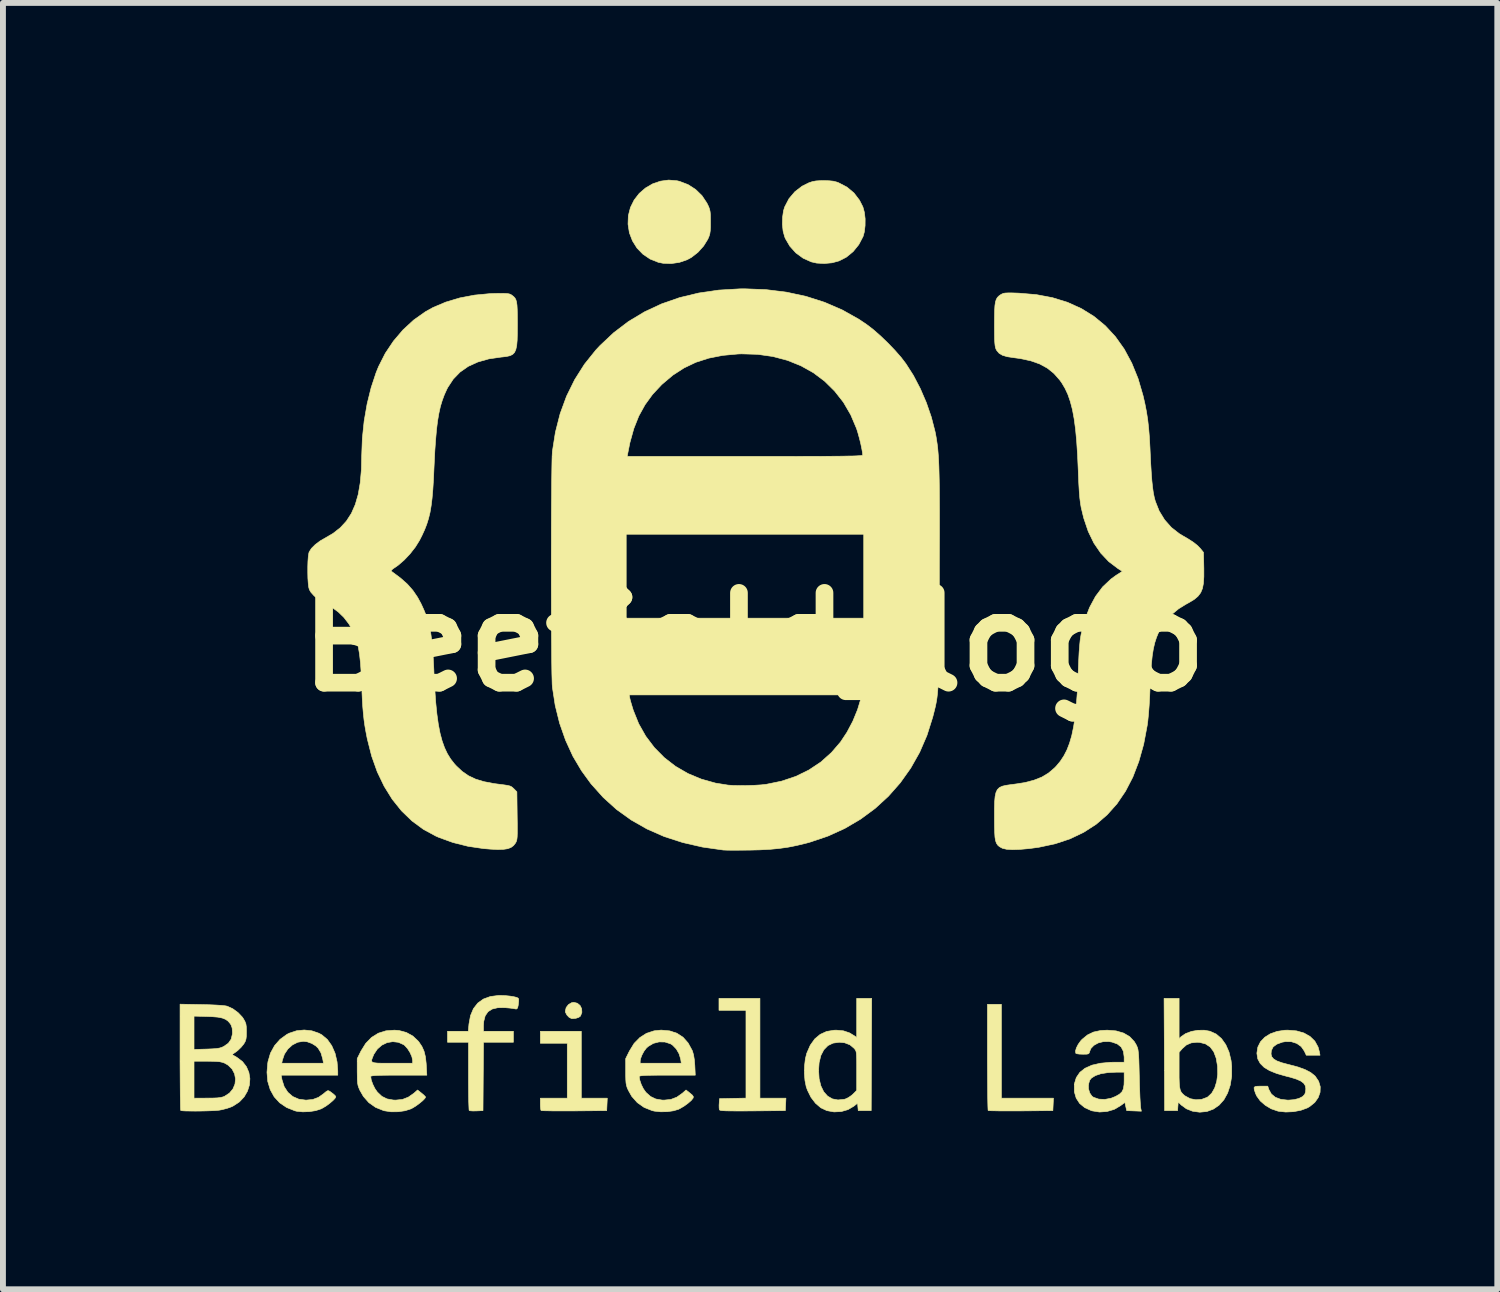
<source format=kicad_pcb>
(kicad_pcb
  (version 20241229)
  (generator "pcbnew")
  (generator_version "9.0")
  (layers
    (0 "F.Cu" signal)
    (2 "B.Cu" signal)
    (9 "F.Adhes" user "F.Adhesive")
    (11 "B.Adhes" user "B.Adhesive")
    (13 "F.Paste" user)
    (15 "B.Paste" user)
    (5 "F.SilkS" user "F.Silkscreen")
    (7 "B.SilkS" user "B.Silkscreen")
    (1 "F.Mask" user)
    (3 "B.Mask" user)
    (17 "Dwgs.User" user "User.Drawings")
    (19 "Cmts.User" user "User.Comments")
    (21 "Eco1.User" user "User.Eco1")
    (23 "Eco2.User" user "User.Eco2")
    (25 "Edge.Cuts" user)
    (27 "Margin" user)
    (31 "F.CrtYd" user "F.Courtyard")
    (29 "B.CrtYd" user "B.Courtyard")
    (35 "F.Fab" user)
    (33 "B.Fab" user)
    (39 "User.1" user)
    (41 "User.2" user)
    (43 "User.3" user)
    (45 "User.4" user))
  (footprint "Beefield_logo"
    (layer "F.Cu")
    (at 9.742 7.844)
    (property "Reference" "Beefield_logo" (at 0 0 0) (layer "F.SilkS") (effects (font (size 1.524 1.524) (thickness 0.3))))
    (attr through_hole)
    (fp_poly (pts (xy -2.996 6.128) (xy -2.95 6.166) (xy -2.923 6.221) (xy -2.919 6.283) (xy -2.942 6.344) (xy -2.943 6.346) (xy -2.973 6.368) (xy -3.022 6.384) (xy -3.075 6.389) (xy -3.094 6.388) (xy -3.135 6.368) (xy -3.173 6.328) (xy -3.197 6.283) (xy -3.2 6.264) (xy -3.186 6.202) (xy -3.147 6.151) (xy -3.093 6.119) (xy -3.056 6.113) (xy -2.996 6.128)) (stroke (width 0.01) (type solid)) (fill yes) (layer "F.SilkS"))
    (fp_poly (pts (xy -2.929 7.739) (xy -2.488 7.739) (xy -2.493 7.844) (xy -2.498 7.95) (xy -3.049 7.955) (xy -3.183 7.955) (xy -3.305 7.955) (xy -3.413 7.955) (xy -3.501 7.953) (xy -3.566 7.952) (xy -3.604 7.949) (xy -3.612 7.948) (xy -3.618 7.926) (xy -3.623 7.881) (xy -3.624 7.837) (xy -3.624 7.739) (xy -3.167 7.739) (xy -3.167 6.807) (xy -3.624 6.807) (xy -3.624 6.604) (xy -2.929 6.604) (xy -2.929 7.739)) (stroke (width 0.01) (type solid)) (fill yes) (layer "F.SilkS"))
    (fp_poly (pts (xy 0.102 7.739) (xy 0.543 7.739) (xy 0.538 7.844) (xy 0.533 7.95) (xy -0.022 7.955) (xy -0.177 7.956) (xy -0.302 7.956) (xy -0.399 7.955) (xy -0.472 7.954) (xy -0.524 7.951) (xy -0.558 7.948) (xy -0.578 7.942) (xy -0.585 7.936) (xy -0.586 7.936) (xy -0.59 7.906) (xy -0.591 7.856) (xy -0.589 7.83) (xy -0.584 7.747) (xy -0.135 7.738) (xy -0.135 6.248) (xy -0.593 6.248) (xy -0.593 6.045) (xy 0.102 6.045) (xy 0.102 7.739)) (stroke (width 0.01) (type solid)) (fill yes) (layer "F.SilkS"))
    (fp_poly (pts (xy 4.199 7.739) (xy 5.082 7.739) (xy 5.077 7.844) (xy 5.072 7.95) (xy 4.528 7.955) (xy 4.396 7.955) (xy 4.275 7.955) (xy 4.168 7.955) (xy 4.081 7.953) (xy 4.017 7.952) (xy 3.981 7.949) (xy 3.974 7.948) (xy 3.972 7.929) (xy 3.97 7.88) (xy 3.968 7.803) (xy 3.966 7.702) (xy 3.965 7.579) (xy 3.964 7.439) (xy 3.963 7.283) (xy 3.962 7.117) (xy 3.962 7.041) (xy 3.962 6.147) (xy 4.199 6.147) (xy 4.199 7.739)) (stroke (width 0.01) (type solid)) (fill yes) (layer "F.SilkS"))
    (fp_poly (pts (xy 1.276 -7.827) (xy 1.346 -7.82) (xy 1.405 -7.805) (xy 1.439 -7.792) (xy 1.579 -7.719) (xy 1.697 -7.62) (xy 1.791 -7.497) (xy 1.849 -7.383) (xy 1.874 -7.291) (xy 1.887 -7.181) (xy 1.886 -7.066) (xy 1.873 -6.958) (xy 1.852 -6.882) (xy 1.779 -6.743) (xy 1.683 -6.625) (xy 1.567 -6.53) (xy 1.444 -6.467) (xy 1.325 -6.435) (xy 1.194 -6.423) (xy 1.066 -6.43) (xy 0.973 -6.451) (xy 0.835 -6.513) (xy 0.712 -6.603) (xy 0.61 -6.716) (xy 0.534 -6.846) (xy 0.522 -6.875) (xy 0.495 -6.973) (xy 0.483 -7.088) (xy 0.486 -7.207) (xy 0.502 -7.318) (xy 0.522 -7.383) (xy 0.595 -7.523) (xy 0.695 -7.641) (xy 0.817 -7.735) (xy 0.931 -7.792) (xy 0.99 -7.812) (xy 1.052 -7.824) (xy 1.13 -7.829) (xy 1.185 -7.83) (xy 1.276 -7.827)) (stroke (width 0.01) (type solid)) (fill yes) (layer "F.SilkS"))
    (fp_poly (pts (xy -1.304 -7.827) (xy -1.262 -7.817) (xy -1.118 -7.762) (xy -0.99 -7.68) (xy -0.882 -7.575) (xy -0.799 -7.45) (xy -0.791 -7.435) (xy -0.767 -7.385) (xy -0.752 -7.343) (xy -0.743 -7.3) (xy -0.738 -7.247) (xy -0.737 -7.174) (xy -0.737 -7.129) (xy -0.737 -7.041) (xy -0.741 -6.978) (xy -0.748 -6.93) (xy -0.76 -6.888) (xy -0.779 -6.843) (xy -0.782 -6.836) (xy -0.854 -6.72) (xy -0.95 -6.613) (xy -1.062 -6.526) (xy -1.136 -6.486) (xy -1.265 -6.442) (xy -1.404 -6.422) (xy -1.541 -6.427) (xy -1.622 -6.443) (xy -1.762 -6.499) (xy -1.883 -6.581) (xy -1.984 -6.685) (xy -2.061 -6.808) (xy -2.113 -6.944) (xy -2.136 -7.091) (xy -2.131 -7.234) (xy -2.095 -7.374) (xy -2.032 -7.501) (xy -1.946 -7.612) (xy -1.84 -7.704) (xy -1.718 -7.775) (xy -1.586 -7.82) (xy -1.447 -7.839) (xy -1.304 -7.827)) (stroke (width 0.01) (type solid)) (fill yes) (layer "F.SilkS"))
    (fp_poly (pts (xy -4.218 5.999) (xy -4.139 6.007) (xy -4.077 6.017) (xy -4.072 6.018) (xy -4.023 6.03) (xy -3.998 6.044) (xy -3.991 6.066) (xy -3.992 6.096) (xy -4 6.166) (xy -4.01 6.207) (xy -4.025 6.225) (xy -4.047 6.225) (xy -4.052 6.224) (xy -4.086 6.217) (xy -4.143 6.21) (xy -4.212 6.204) (xy -4.226 6.203) (xy -4.347 6.204) (xy -4.442 6.227) (xy -4.512 6.272) (xy -4.56 6.342) (xy -4.584 6.435) (xy -4.589 6.507) (xy -4.589 6.604) (xy -4.081 6.604) (xy -4.081 6.79) (xy -4.588 6.79) (xy -4.593 7.37) (xy -4.597 7.95) (xy -4.708 7.955) (xy -4.767 7.956) (xy -4.811 7.953) (xy -4.831 7.948) (xy -4.834 7.929) (xy -4.836 7.88) (xy -4.839 7.805) (xy -4.841 7.708) (xy -4.842 7.594) (xy -4.843 7.465) (xy -4.843 7.363) (xy -4.843 6.79) (xy -5.199 6.79) (xy -5.199 6.604) (xy -4.846 6.604) (xy -4.835 6.481) (xy -4.809 6.339) (xy -4.759 6.22) (xy -4.686 6.126) (xy -4.59 6.057) (xy -4.472 6.014) (xy -4.332 5.996) (xy -4.297 5.996) (xy -4.218 5.999)) (stroke (width 0.01) (type solid)) (fill yes) (layer "F.SilkS"))
    (fp_poly (pts (xy 7.214 6.728) (xy 7.252 6.692) (xy 7.327 6.642) (xy 7.424 6.606) (xy 7.532 6.587) (xy 7.642 6.586) (xy 7.737 6.603) (xy 7.843 6.651) (xy 7.933 6.728) (xy 8.006 6.831) (xy 8.061 6.956) (xy 8.096 7.102) (xy 8.106 7.197) (xy 8.106 7.365) (xy 8.082 7.517) (xy 8.037 7.652) (xy 7.974 7.766) (xy 7.893 7.857) (xy 7.796 7.924) (xy 7.686 7.965) (xy 7.564 7.977) (xy 7.442 7.96) (xy 7.338 7.919) (xy 7.249 7.854) (xy 7.244 7.849) (xy 7.199 7.804) (xy 7.188 7.95) (xy 6.968 7.95) (xy 6.964 6.961) (xy 7.214 6.961) (xy 7.214 7.269) (xy 7.214 7.388) (xy 7.217 7.479) (xy 7.222 7.546) (xy 7.232 7.595) (xy 7.247 7.632) (xy 7.27 7.661) (xy 7.3 7.689) (xy 7.316 7.701) (xy 7.401 7.747) (xy 7.498 7.766) (xy 7.597 7.759) (xy 7.688 7.725) (xy 7.704 7.715) (xy 7.768 7.654) (xy 7.818 7.566) (xy 7.852 7.457) (xy 7.869 7.333) (xy 7.866 7.197) (xy 7.866 7.197) (xy 7.843 7.06) (xy 7.802 6.951) (xy 7.741 6.87) (xy 7.662 6.818) (xy 7.564 6.793) (xy 7.518 6.79) (xy 7.419 6.801) (xy 7.338 6.836) (xy 7.268 6.898) (xy 7.214 6.961) (xy 6.964 6.961) (xy 6.959 6.045) (xy 7.214 6.045) (xy 7.214 6.728)) (stroke (width 0.01) (type solid)) (fill yes) (layer "F.SilkS"))
    (fp_poly (pts (xy 1.994 6.998) (xy 1.99 7.95) (xy 1.77 7.95) (xy 1.764 7.887) (xy 1.759 7.823) (xy 1.695 7.875) (xy 1.596 7.933) (xy 1.482 7.966) (xy 1.359 7.972) (xy 1.236 7.95) (xy 1.235 7.949) (xy 1.135 7.902) (xy 1.045 7.825) (xy 0.968 7.724) (xy 0.908 7.603) (xy 0.887 7.544) (xy 0.866 7.439) (xy 0.856 7.317) (xy 0.857 7.264) (xy 1.097 7.264) (xy 1.106 7.409) (xy 1.136 7.531) (xy 1.184 7.63) (xy 1.25 7.704) (xy 1.331 7.751) (xy 1.426 7.769) (xy 1.533 7.758) (xy 1.549 7.754) (xy 1.603 7.729) (xy 1.659 7.69) (xy 1.68 7.671) (xy 1.744 7.607) (xy 1.744 7.276) (xy 1.744 7.162) (xy 1.743 7.078) (xy 1.741 7.016) (xy 1.738 6.974) (xy 1.732 6.944) (xy 1.723 6.924) (xy 1.711 6.906) (xy 1.702 6.895) (xy 1.63 6.834) (xy 1.539 6.799) (xy 1.448 6.79) (xy 1.342 6.805) (xy 1.255 6.847) (xy 1.186 6.918) (xy 1.136 7.014) (xy 1.106 7.136) (xy 1.097 7.264) (xy 0.857 7.264) (xy 0.859 7.19) (xy 0.873 7.07) (xy 0.896 6.978) (xy 0.956 6.841) (xy 1.032 6.734) (xy 1.124 6.657) (xy 1.233 6.607) (xy 1.36 6.586) (xy 1.398 6.585) (xy 1.518 6.596) (xy 1.622 6.631) (xy 1.706 6.682) (xy 1.744 6.71) (xy 1.744 6.045) (xy 1.998 6.045) (xy 1.994 6.998)) (stroke (width 0.01) (type solid)) (fill yes) (layer "F.SilkS"))
    (fp_poly (pts (xy -7.501 6.596) (xy -7.382 6.637) (xy -7.332 6.664) (xy -7.238 6.743) (xy -7.163 6.849) (xy -7.107 6.977) (xy -7.073 7.123) (xy -7.061 7.277) (xy -7.061 7.349) (xy -8.022 7.349) (xy -8.007 7.428) (xy -7.97 7.544) (xy -7.908 7.639) (xy -7.825 7.711) (xy -7.722 7.756) (xy -7.603 7.772) (xy -7.598 7.772) (xy -7.485 7.761) (xy -7.388 7.725) (xy -7.305 7.666) (xy -7.262 7.63) (xy -7.235 7.613) (xy -7.215 7.613) (xy -7.192 7.626) (xy -7.137 7.667) (xy -7.106 7.695) (xy -7.095 7.715) (xy -7.095 7.717) (xy -7.108 7.742) (xy -7.143 7.779) (xy -7.193 7.822) (xy -7.25 7.865) (xy -7.308 7.901) (xy -7.343 7.92) (xy -7.435 7.95) (xy -7.543 7.967) (xy -7.656 7.971) (xy -7.757 7.961) (xy -7.789 7.953) (xy -7.929 7.897) (xy -8.047 7.817) (xy -8.14 7.715) (xy -8.207 7.594) (xy -8.249 7.455) (xy -8.262 7.3) (xy -8.249 7.146) (xy -8.012 7.146) (xy -7.303 7.146) (xy -7.317 7.07) (xy -7.346 6.97) (xy -7.393 6.892) (xy -7.434 6.852) (xy -7.5 6.811) (xy -7.58 6.782) (xy -7.645 6.774) (xy -7.741 6.79) (xy -7.83 6.835) (xy -7.907 6.904) (xy -7.966 6.992) (xy -8 7.091) (xy -8.012 7.146) (xy -8.249 7.146) (xy -8.247 7.133) (xy -8.245 7.119) (xy -8.203 6.975) (xy -8.133 6.847) (xy -8.039 6.74) (xy -7.923 6.656) (xy -7.883 6.636) (xy -7.76 6.595) (xy -7.63 6.582) (xy -7.501 6.596)) (stroke (width 0.01) (type solid)) (fill yes) (layer "F.SilkS"))
    (fp_poly (pts (xy -1.43 6.597) (xy -1.306 6.638) (xy -1.202 6.706) (xy -1.117 6.802) (xy -1.049 6.926) (xy -1.042 6.943) (xy -1.024 7.006) (xy -1.01 7.094) (xy -1.003 7.184) (xy -0.995 7.349) (xy -1.471 7.349) (xy -1.615 7.349) (xy -1.728 7.35) (xy -1.814 7.352) (xy -1.876 7.355) (xy -1.916 7.359) (xy -1.939 7.364) (xy -1.947 7.37) (xy -1.947 7.371) (xy -1.937 7.432) (xy -1.912 7.506) (xy -1.876 7.579) (xy -1.835 7.637) (xy -1.832 7.641) (xy -1.753 7.711) (xy -1.665 7.753) (xy -1.559 7.771) (xy -1.524 7.772) (xy -1.408 7.76) (xy -1.307 7.721) (xy -1.214 7.655) (xy -1.152 7.6) (xy -1.084 7.654) (xy -1.044 7.688) (xy -1.028 7.713) (xy -1.031 7.735) (xy -1.033 7.739) (xy -1.064 7.778) (xy -1.117 7.824) (xy -1.181 7.871) (xy -1.248 7.911) (xy -1.278 7.927) (xy -1.365 7.953) (xy -1.471 7.968) (xy -1.583 7.97) (xy -1.687 7.959) (xy -1.727 7.95) (xy -1.864 7.895) (xy -1.979 7.814) (xy -2.073 7.708) (xy -2.131 7.605) (xy -2.15 7.563) (xy -2.162 7.524) (xy -2.17 7.482) (xy -2.174 7.426) (xy -2.176 7.35) (xy -2.176 7.289) (xy -2.176 7.146) (xy -1.93 7.146) (xy -1.232 7.146) (xy -1.243 7.074) (xy -1.27 6.986) (xy -1.317 6.904) (xy -1.379 6.84) (xy -1.414 6.817) (xy -1.509 6.786) (xy -1.609 6.784) (xy -1.707 6.809) (xy -1.794 6.861) (xy -1.825 6.889) (xy -1.865 6.942) (xy -1.9 7.007) (xy -1.924 7.07) (xy -1.93 7.108) (xy -1.93 7.146) (xy -2.176 7.146) (xy -2.176 7.068) (xy -2.112 6.939) (xy -2.033 6.81) (xy -1.935 6.71) (xy -1.822 6.638) (xy -1.693 6.596) (xy -1.574 6.584) (xy -1.43 6.597)) (stroke (width 0.01) (type solid)) (fill yes) (layer "F.SilkS"))
    (fp_poly (pts (xy 9.206 6.597) (xy 9.332 6.633) (xy 9.436 6.692) (xy 9.517 6.771) (xy 9.572 6.871) (xy 9.593 6.948) (xy 9.605 7.01) (xy 9.372 7.01) (xy 9.338 6.938) (xy 9.286 6.863) (xy 9.211 6.81) (xy 9.12 6.781) (xy 9.019 6.779) (xy 8.963 6.789) (xy 8.871 6.823) (xy 8.81 6.869) (xy 8.78 6.929) (xy 8.779 6.933) (xy 8.774 6.99) (xy 8.786 7.036) (xy 8.818 7.074) (xy 8.873 7.107) (xy 8.955 7.137) (xy 9.067 7.167) (xy 9.084 7.171) (xy 9.234 7.211) (xy 9.354 7.255) (xy 9.446 7.303) (xy 9.514 7.357) (xy 9.524 7.367) (xy 9.582 7.453) (xy 9.609 7.545) (xy 9.606 7.639) (xy 9.574 7.729) (xy 9.516 7.811) (xy 9.431 7.88) (xy 9.39 7.904) (xy 9.281 7.944) (xy 9.155 7.968) (xy 9.024 7.974) (xy 8.902 7.961) (xy 8.886 7.957) (xy 8.776 7.919) (xy 8.676 7.859) (xy 8.591 7.785) (xy 8.53 7.701) (xy 8.51 7.656) (xy 8.49 7.596) (xy 8.486 7.56) (xy 8.503 7.542) (xy 8.545 7.536) (xy 8.601 7.535) (xy 8.718 7.535) (xy 8.737 7.592) (xy 8.779 7.668) (xy 8.847 7.724) (xy 8.94 7.759) (xy 9.056 7.772) (xy 9.071 7.772) (xy 9.166 7.764) (xy 9.248 7.743) (xy 9.311 7.711) (xy 9.346 7.673) (xy 9.359 7.633) (xy 9.364 7.581) (xy 9.364 7.579) (xy 9.356 7.529) (xy 9.329 7.486) (xy 9.28 7.449) (xy 9.206 7.416) (xy 9.103 7.384) (xy 9.035 7.367) (xy 8.878 7.323) (xy 8.752 7.273) (xy 8.657 7.216) (xy 8.59 7.149) (xy 8.549 7.073) (xy 8.535 6.985) (xy 8.534 6.974) (xy 8.55 6.872) (xy 8.595 6.782) (xy 8.667 6.706) (xy 8.761 6.647) (xy 8.876 6.606) (xy 9.008 6.586) (xy 9.059 6.585) (xy 9.206 6.597)) (stroke (width 0.01) (type solid)) (fill yes) (layer "F.SilkS"))
    (fp_poly (pts (xy -6.021 6.591) (xy -5.898 6.624) (xy -5.787 6.685) (xy -5.696 6.771) (xy -5.686 6.783) (xy -5.633 6.862) (xy -5.597 6.943) (xy -5.574 7.036) (xy -5.561 7.15) (xy -5.559 7.184) (xy -5.55 7.349) (xy -6.026 7.349) (xy -6.17 7.349) (xy -6.283 7.35) (xy -6.369 7.352) (xy -6.431 7.355) (xy -6.471 7.359) (xy -6.494 7.364) (xy -6.502 7.37) (xy -6.502 7.371) (xy -6.493 7.431) (xy -6.467 7.503) (xy -6.431 7.576) (xy -6.39 7.635) (xy -6.389 7.636) (xy -6.313 7.708) (xy -6.226 7.751) (xy -6.122 7.77) (xy -6.079 7.772) (xy -5.963 7.76) (xy -5.863 7.721) (xy -5.769 7.655) (xy -5.707 7.6) (xy -5.639 7.654) (xy -5.6 7.687) (xy -5.576 7.712) (xy -5.571 7.721) (xy -5.584 7.744) (xy -5.619 7.78) (xy -5.668 7.821) (xy -5.724 7.863) (xy -5.78 7.899) (xy -5.819 7.92) (xy -5.919 7.952) (xy -6.036 7.969) (xy -6.157 7.97) (xy -6.269 7.953) (xy -6.282 7.95) (xy -6.419 7.895) (xy -6.534 7.814) (xy -6.627 7.708) (xy -6.686 7.605) (xy -6.704 7.563) (xy -6.717 7.524) (xy -6.725 7.48) (xy -6.729 7.424) (xy -6.73 7.346) (xy -6.731 7.289) (xy -6.731 7.111) (xy -6.487 7.111) (xy -6.473 7.128) (xy -6.442 7.138) (xy -6.389 7.144) (xy -6.311 7.146) (xy -6.205 7.146) (xy -6.138 7.146) (xy -5.791 7.146) (xy -5.791 7.098) (xy -5.803 7.037) (xy -5.834 6.966) (xy -5.877 6.898) (xy -5.925 6.845) (xy -5.941 6.832) (xy -6.032 6.791) (xy -6.128 6.78) (xy -6.224 6.796) (xy -6.313 6.839) (xy -6.389 6.905) (xy -6.448 6.993) (xy -6.454 7.007) (xy -6.473 7.053) (xy -6.485 7.087) (xy -6.487 7.111) (xy -6.731 7.111) (xy -6.731 7.068) (xy -6.667 6.939) (xy -6.587 6.81) (xy -6.489 6.709) (xy -6.374 6.637) (xy -6.244 6.596) (xy -6.1 6.585) (xy -6.021 6.591)) (stroke (width 0.01) (type solid)) (fill yes) (layer "F.SilkS"))
    (fp_poly (pts (xy 6.144 6.597) (xy 6.271 6.634) (xy 6.374 6.694) (xy 6.454 6.779) (xy 6.489 6.838) (xy 6.5 6.863) (xy 6.51 6.889) (xy 6.517 6.92) (xy 6.522 6.96) (xy 6.527 7.014) (xy 6.531 7.087) (xy 6.534 7.182) (xy 6.537 7.304) (xy 6.539 7.383) (xy 6.542 7.508) (xy 6.546 7.625) (xy 6.55 7.728) (xy 6.555 7.812) (xy 6.559 7.872) (xy 6.562 7.904) (xy 6.562 7.904) (xy 6.574 7.96) (xy 6.449 7.955) (xy 6.325 7.95) (xy 6.309 7.88) (xy 6.294 7.811) (xy 6.219 7.867) (xy 6.113 7.929) (xy 5.991 7.965) (xy 5.863 7.974) (xy 5.738 7.954) (xy 5.727 7.951) (xy 5.614 7.9) (xy 5.527 7.829) (xy 5.468 7.738) (xy 5.437 7.632) (xy 5.436 7.511) (xy 5.437 7.506) (xy 5.676 7.506) (xy 5.677 7.581) (xy 5.698 7.651) (xy 5.736 7.706) (xy 5.762 7.724) (xy 5.851 7.755) (xy 5.954 7.76) (xy 6.06 7.74) (xy 6.132 7.711) (xy 6.2 7.673) (xy 6.244 7.632) (xy 6.269 7.58) (xy 6.28 7.509) (xy 6.282 7.44) (xy 6.282 7.298) (xy 6.149 7.298) (xy 6.006 7.305) (xy 5.886 7.324) (xy 5.792 7.356) (xy 5.726 7.398) (xy 5.697 7.435) (xy 5.676 7.506) (xy 5.437 7.506) (xy 5.438 7.494) (xy 5.47 7.389) (xy 5.53 7.301) (xy 5.618 7.231) (xy 5.735 7.179) (xy 5.879 7.146) (xy 6.05 7.13) (xy 6.109 7.129) (xy 6.282 7.129) (xy 6.282 7.04) (xy 6.269 6.945) (xy 6.231 6.871) (xy 6.166 6.819) (xy 6.075 6.787) (xy 6.02 6.778) (xy 5.927 6.78) (xy 5.841 6.802) (xy 5.769 6.842) (xy 5.718 6.895) (xy 5.698 6.943) (xy 5.69 6.97) (xy 5.677 6.985) (xy 5.649 6.992) (xy 5.599 6.993) (xy 5.579 6.993) (xy 5.522 6.991) (xy 5.479 6.985) (xy 5.461 6.977) (xy 5.456 6.94) (xy 5.471 6.887) (xy 5.502 6.826) (xy 5.545 6.766) (xy 5.569 6.74) (xy 5.66 6.666) (xy 5.762 6.617) (xy 5.882 6.591) (xy 5.994 6.585) (xy 6.144 6.597)) (stroke (width 0.01) (type solid)) (fill yes) (layer "F.SilkS"))
    (fp_poly (pts (xy -9.368 6.151) (xy -9.238 6.154) (xy -9.125 6.159) (xy -9.034 6.165) (xy -8.969 6.172) (xy -8.938 6.178) (xy -8.842 6.222) (xy -8.752 6.288) (xy -8.68 6.364) (xy -8.662 6.391) (xy -8.636 6.437) (xy -8.62 6.478) (xy -8.613 6.526) (xy -8.611 6.592) (xy -8.611 6.612) (xy -8.612 6.685) (xy -8.618 6.735) (xy -8.63 6.774) (xy -8.652 6.813) (xy -8.658 6.822) (xy -8.702 6.876) (xy -8.757 6.929) (xy -8.78 6.947) (xy -8.855 6.999) (xy -8.772 7.047) (xy -8.678 7.118) (xy -8.611 7.205) (xy -8.569 7.303) (xy -8.552 7.408) (xy -8.56 7.515) (xy -8.593 7.619) (xy -8.649 7.716) (xy -8.729 7.801) (xy -8.832 7.869) (xy -8.857 7.882) (xy -8.934 7.91) (xy -9.021 7.933) (xy -9.074 7.943) (xy -9.129 7.948) (xy -9.203 7.952) (xy -9.29 7.955) (xy -9.383 7.957) (xy -9.477 7.958) (xy -9.564 7.957) (xy -9.638 7.956) (xy -9.693 7.953) (xy -9.723 7.949) (xy -9.725 7.947) (xy -9.728 7.929) (xy -9.73 7.879) (xy -9.731 7.803) (xy -9.732 7.739) (xy -9.5 7.739) (xy -9.275 7.738) (xy -9.175 7.737) (xy -9.102 7.734) (xy -9.049 7.727) (xy -9.007 7.717) (xy -8.982 7.707) (xy -8.898 7.652) (xy -8.839 7.581) (xy -8.805 7.499) (xy -8.796 7.412) (xy -8.812 7.326) (xy -8.853 7.247) (xy -8.92 7.18) (xy -8.981 7.144) (xy -9.018 7.131) (xy -9.062 7.121) (xy -9.119 7.116) (xy -9.198 7.113) (xy -9.275 7.112) (xy -9.5 7.112) (xy -9.5 7.739) (xy -9.732 7.739) (xy -9.733 7.701) (xy -9.734 7.579) (xy -9.735 7.439) (xy -9.736 7.283) (xy -9.737 7.116) (xy -9.737 7.04) (xy -9.737 6.912) (xy -9.5 6.912) (xy -9.284 6.906) (xy -9.188 6.902) (xy -9.119 6.897) (xy -9.069 6.889) (xy -9.03 6.877) (xy -8.997 6.862) (xy -8.918 6.807) (xy -8.87 6.738) (xy -8.849 6.652) (xy -8.848 6.621) (xy -8.853 6.549) (xy -8.872 6.496) (xy -8.885 6.475) (xy -8.922 6.432) (xy -8.965 6.401) (xy -9.021 6.379) (xy -9.096 6.364) (xy -9.195 6.356) (xy -9.275 6.353) (xy -9.5 6.347) (xy -9.5 6.912) (xy -9.737 6.912) (xy -9.737 6.144) (xy -9.368 6.151)) (stroke (width 0.01) (type solid)) (fill yes) (layer "F.SilkS"))
    (fp_poly (pts (xy 4.379 -5.924) (xy 4.471 -5.921) (xy 4.496 -5.92) (xy 4.792 -5.895) (xy 5.067 -5.843) (xy 5.322 -5.764) (xy 5.556 -5.658) (xy 5.769 -5.526) (xy 5.962 -5.367) (xy 6.133 -5.182) (xy 6.283 -4.971) (xy 6.411 -4.733) (xy 6.518 -4.47) (xy 6.602 -4.183) (xy 6.634 -4.043) (xy 6.66 -3.91) (xy 6.681 -3.776) (xy 6.697 -3.634) (xy 6.71 -3.475) (xy 6.72 -3.294) (xy 6.723 -3.226) (xy 6.732 -3.034) (xy 6.742 -2.873) (xy 6.752 -2.738) (xy 6.764 -2.626) (xy 6.777 -2.532) (xy 6.793 -2.454) (xy 6.81 -2.39) (xy 6.876 -2.224) (xy 6.968 -2.074) (xy 7.083 -1.944) (xy 7.216 -1.84) (xy 7.262 -1.812) (xy 7.375 -1.746) (xy 7.462 -1.689) (xy 7.527 -1.637) (xy 7.575 -1.587) (xy 7.577 -1.585) (xy 7.628 -1.521) (xy 7.634 -1.249) (xy 7.634 -1.109) (xy 7.627 -0.998) (xy 7.61 -0.909) (xy 7.58 -0.837) (xy 7.534 -0.777) (xy 7.47 -0.723) (xy 7.384 -0.671) (xy 7.324 -0.638) (xy 7.205 -0.564) (xy 7.09 -0.469) (xy 6.99 -0.364) (xy 6.914 -0.256) (xy 6.911 -0.251) (xy 6.867 -0.167) (xy 6.831 -0.08) (xy 6.801 0.012) (xy 6.777 0.116) (xy 6.758 0.235) (xy 6.744 0.374) (xy 6.732 0.537) (xy 6.723 0.73) (xy 6.722 0.753) (xy 6.715 0.919) (xy 6.706 1.076) (xy 6.695 1.219) (xy 6.683 1.339) (xy 6.673 1.414) (xy 6.613 1.733) (xy 6.531 2.025) (xy 6.429 2.291) (xy 6.305 2.53) (xy 6.16 2.744) (xy 5.993 2.931) (xy 5.805 3.093) (xy 5.595 3.228) (xy 5.363 3.339) (xy 5.109 3.423) (xy 4.833 3.482) (xy 4.67 3.504) (xy 4.512 3.518) (xy 4.386 3.522) (xy 4.288 3.516) (xy 4.219 3.5) (xy 4.201 3.491) (xy 4.164 3.47) (xy 4.136 3.445) (xy 4.115 3.413) (xy 4.1 3.37) (xy 4.09 3.311) (xy 4.085 3.232) (xy 4.082 3.129) (xy 4.081 2.996) (xy 4.081 2.976) (xy 4.081 2.829) (xy 4.084 2.712) (xy 4.092 2.621) (xy 4.107 2.553) (xy 4.13 2.504) (xy 4.165 2.469) (xy 4.213 2.446) (xy 4.276 2.431) (xy 4.358 2.419) (xy 4.406 2.413) (xy 4.592 2.385) (xy 4.75 2.344) (xy 4.885 2.291) (xy 5 2.221) (xy 5.102 2.134) (xy 5.13 2.105) (xy 5.199 2.022) (xy 5.259 1.931) (xy 5.311 1.83) (xy 5.355 1.716) (xy 5.393 1.586) (xy 5.424 1.437) (xy 5.45 1.267) (xy 5.47 1.073) (xy 5.487 0.851) (xy 5.499 0.6) (xy 5.503 0.491) (xy 5.51 0.321) (xy 5.517 0.18) (xy 5.526 0.065) (xy 5.535 -0.029) (xy 5.547 -0.106) (xy 5.552 -0.135) (xy 5.613 -0.374) (xy 5.695 -0.587) (xy 5.796 -0.775) (xy 5.917 -0.936) (xy 6.058 -1.069) (xy 6.146 -1.133) (xy 6.251 -1.2) (xy 6.178 -1.246) (xy 6.021 -1.365) (xy 5.885 -1.509) (xy 5.768 -1.68) (xy 5.672 -1.878) (xy 5.596 -2.103) (xy 5.552 -2.285) (xy 5.54 -2.358) (xy 5.529 -2.446) (xy 5.52 -2.555) (xy 5.512 -2.688) (xy 5.505 -2.85) (xy 5.503 -2.913) (xy 5.491 -3.175) (xy 5.476 -3.407) (xy 5.457 -3.611) (xy 5.433 -3.789) (xy 5.404 -3.945) (xy 5.368 -4.082) (xy 5.327 -4.201) (xy 5.278 -4.306) (xy 5.222 -4.4) (xy 5.188 -4.447) (xy 5.09 -4.558) (xy 4.978 -4.648) (xy 4.848 -4.719) (xy 4.697 -4.772) (xy 4.521 -4.81) (xy 4.404 -4.826) (xy 4.297 -4.842) (xy 4.217 -4.866) (xy 4.161 -4.899) (xy 4.122 -4.944) (xy 4.108 -4.969) (xy 4.099 -4.994) (xy 4.092 -5.029) (xy 4.087 -5.077) (xy 4.083 -5.144) (xy 4.082 -5.234) (xy 4.081 -5.352) (xy 4.081 -5.384) (xy 4.082 -5.52) (xy 4.084 -5.626) (xy 4.089 -5.708) (xy 4.098 -5.769) (xy 4.112 -5.814) (xy 4.131 -5.847) (xy 4.157 -5.873) (xy 4.186 -5.894) (xy 4.21 -5.907) (xy 4.235 -5.917) (xy 4.267 -5.922) (xy 4.313 -5.924) (xy 4.379 -5.924)) (stroke (width 0.01) (type solid)) (fill yes) (layer "F.SilkS"))
    (fp_poly (pts (xy -4.222 -5.915) (xy -4.176 -5.912) (xy -4.144 -5.905) (xy -4.12 -5.894) (xy -4.104 -5.883) (xy -4.076 -5.861) (xy -4.055 -5.838) (xy -4.039 -5.809) (xy -4.028 -5.77) (xy -4.02 -5.716) (xy -4.016 -5.643) (xy -4.014 -5.547) (xy -4.013 -5.422) (xy -4.013 -5.387) (xy -4.014 -5.24) (xy -4.017 -5.122) (xy -4.025 -5.031) (xy -4.04 -4.963) (xy -4.062 -4.914) (xy -4.094 -4.881) (xy -4.138 -4.859) (xy -4.196 -4.846) (xy -4.268 -4.837) (xy -4.284 -4.836) (xy -4.497 -4.805) (xy -4.685 -4.752) (xy -4.847 -4.678) (xy -4.986 -4.581) (xy -5.102 -4.461) (xy -5.196 -4.318) (xy -5.213 -4.284) (xy -5.254 -4.193) (xy -5.289 -4.098) (xy -5.32 -3.996) (xy -5.345 -3.883) (xy -5.367 -3.755) (xy -5.385 -3.609) (xy -5.4 -3.44) (xy -5.414 -3.246) (xy -5.425 -3.022) (xy -5.428 -2.963) (xy -5.437 -2.761) (xy -5.448 -2.587) (xy -5.461 -2.439) (xy -5.477 -2.31) (xy -5.496 -2.198) (xy -5.521 -2.096) (xy -5.551 -2) (xy -5.587 -1.907) (xy -5.631 -1.811) (xy -5.674 -1.726) (xy -5.744 -1.613) (xy -5.834 -1.498) (xy -5.935 -1.391) (xy -6.038 -1.302) (xy -6.074 -1.277) (xy -6.124 -1.243) (xy -6.149 -1.221) (xy -6.154 -1.207) (xy -6.142 -1.194) (xy -6.137 -1.191) (xy -5.995 -1.085) (xy -5.88 -0.983) (xy -5.786 -0.876) (xy -5.707 -0.76) (xy -5.649 -0.653) (xy -5.603 -0.553) (xy -5.564 -0.458) (xy -5.532 -0.363) (xy -5.506 -0.264) (xy -5.484 -0.155) (xy -5.467 -0.032) (xy -5.453 0.108) (xy -5.441 0.272) (xy -5.431 0.464) (xy -5.428 0.542) (xy -5.415 0.798) (xy -5.399 1.024) (xy -5.379 1.222) (xy -5.355 1.394) (xy -5.326 1.545) (xy -5.291 1.676) (xy -5.25 1.791) (xy -5.202 1.893) (xy -5.146 1.984) (xy -5.081 2.067) (xy -5.048 2.103) (xy -4.951 2.194) (xy -4.844 2.268) (xy -4.724 2.325) (xy -4.583 2.368) (xy -4.418 2.4) (xy -4.326 2.412) (xy -4.24 2.423) (xy -4.181 2.432) (xy -4.14 2.442) (xy -4.111 2.456) (xy -4.087 2.476) (xy -4.074 2.488) (xy -4.022 2.541) (xy -4.017 2.948) (xy -4.015 3.076) (xy -4.015 3.175) (xy -4.015 3.249) (xy -4.017 3.304) (xy -4.021 3.342) (xy -4.027 3.37) (xy -4.035 3.391) (xy -4.046 3.411) (xy -4.046 3.411) (xy -4.079 3.453) (xy -4.122 3.485) (xy -4.177 3.506) (xy -4.25 3.517) (xy -4.345 3.52) (xy -4.465 3.514) (xy -4.588 3.504) (xy -4.851 3.465) (xy -5.107 3.401) (xy -5.347 3.314) (xy -5.397 3.292) (xy -5.609 3.177) (xy -5.803 3.034) (xy -5.979 2.864) (xy -6.137 2.667) (xy -6.274 2.446) (xy -6.391 2.202) (xy -6.486 1.935) (xy -6.559 1.647) (xy -6.562 1.634) (xy -6.584 1.52) (xy -6.602 1.416) (xy -6.616 1.315) (xy -6.627 1.211) (xy -6.637 1.097) (xy -6.645 0.966) (xy -6.652 0.811) (xy -6.655 0.719) (xy -6.664 0.52) (xy -6.676 0.35) (xy -6.692 0.205) (xy -6.713 0.082) (xy -6.74 -0.026) (xy -6.773 -0.121) (xy -6.814 -0.208) (xy -6.863 -0.292) (xy -6.875 -0.311) (xy -6.958 -0.419) (xy -7.053 -0.511) (xy -7.168 -0.595) (xy -7.269 -0.655) (xy -7.379 -0.721) (xy -7.46 -0.782) (xy -7.516 -0.844) (xy -7.543 -0.89) (xy -7.554 -0.931) (xy -7.562 -0.999) (xy -7.568 -1.084) (xy -7.57 -1.18) (xy -7.57 -1.278) (xy -7.567 -1.371) (xy -7.561 -1.45) (xy -7.552 -1.509) (xy -7.546 -1.529) (xy -7.508 -1.589) (xy -7.444 -1.653) (xy -7.362 -1.715) (xy -7.286 -1.759) (xy -7.142 -1.843) (xy -7.018 -1.94) (xy -6.915 -2.052) (xy -6.83 -2.183) (xy -6.764 -2.333) (xy -6.714 -2.505) (xy -6.68 -2.702) (xy -6.66 -2.926) (xy -6.655 -3.161) (xy -6.644 -3.456) (xy -6.613 -3.752) (xy -6.563 -4.041) (xy -6.495 -4.316) (xy -6.411 -4.57) (xy -6.369 -4.674) (xy -6.255 -4.899) (xy -6.115 -5.108) (xy -5.954 -5.297) (xy -5.773 -5.464) (xy -5.575 -5.604) (xy -5.444 -5.677) (xy -5.229 -5.768) (xy -4.992 -5.839) (xy -4.74 -5.887) (xy -4.478 -5.912) (xy -4.383 -5.915) (xy -4.289 -5.916) (xy -4.222 -5.915)) (stroke (width 0.01) (type solid)) (fill yes) (layer "F.SilkS"))
    (fp_poly (pts (xy 0.203 -5.98) (xy 0.552 -5.937) (xy 0.885 -5.865) (xy 1.201 -5.764) (xy 1.501 -5.634) (xy 1.782 -5.476) (xy 1.913 -5.388) (xy 2.025 -5.302) (xy 2.147 -5.195) (xy 2.272 -5.075) (xy 2.391 -4.951) (xy 2.498 -4.829) (xy 2.578 -4.724) (xy 2.706 -4.524) (xy 2.823 -4.3) (xy 2.926 -4.061) (xy 3.01 -3.817) (xy 3.072 -3.577) (xy 3.08 -3.539) (xy 3.091 -3.48) (xy 3.1 -3.422) (xy 3.109 -3.363) (xy 3.117 -3.302) (xy 3.123 -3.234) (xy 3.129 -3.16) (xy 3.134 -3.076) (xy 3.138 -2.981) (xy 3.141 -2.871) (xy 3.144 -2.746) (xy 3.146 -2.603) (xy 3.147 -2.44) (xy 3.148 -2.255) (xy 3.148 -2.045) (xy 3.148 -1.809) (xy 3.147 -1.544) (xy 3.146 -1.249) (xy 3.146 -1.092) (xy 3.145 -0.794) (xy 3.144 -0.528) (xy 3.143 -0.291) (xy 3.142 -0.082) (xy 3.14 0.103) (xy 3.138 0.264) (xy 3.136 0.405) (xy 3.133 0.527) (xy 3.13 0.633) (xy 3.126 0.724) (xy 3.12 0.803) (xy 3.114 0.873) (xy 3.107 0.935) (xy 3.099 0.991) (xy 3.089 1.045) (xy 3.078 1.097) (xy 3.065 1.15) (xy 3.051 1.206) (xy 3.035 1.268) (xy 3.032 1.279) (xy 2.936 1.583) (xy 2.812 1.87) (xy 2.66 2.139) (xy 2.483 2.388) (xy 2.281 2.617) (xy 2.056 2.823) (xy 1.809 3.005) (xy 1.542 3.162) (xy 1.256 3.292) (xy 0.954 3.394) (xy 0.889 3.412) (xy 0.728 3.451) (xy 0.577 3.481) (xy 0.427 3.502) (xy 0.27 3.517) (xy 0.095 3.526) (xy -0.068 3.53) (xy -0.182 3.531) (xy -0.289 3.532) (xy -0.383 3.532) (xy -0.457 3.531) (xy -0.505 3.529) (xy -0.516 3.529) (xy -0.874 3.478) (xy -1.209 3.401) (xy -1.522 3.3) (xy -1.813 3.172) (xy -2.082 3.019) (xy -2.33 2.841) (xy -2.557 2.636) (xy -2.764 2.405) (xy -2.925 2.184) (xy -3.072 1.936) (xy -3.196 1.665) (xy -3.297 1.377) (xy -3.372 1.074) (xy -3.399 0.897) (xy -2.116 0.897) (xy -2.106 0.952) (xy -2.096 0.994) (xy -2.078 1.056) (xy -2.056 1.128) (xy -2.048 1.155) (xy -1.955 1.386) (xy -1.835 1.598) (xy -1.689 1.791) (xy -1.521 1.961) (xy -1.331 2.108) (xy -1.121 2.23) (xy -0.894 2.325) (xy -0.652 2.393) (xy -0.44 2.427) (xy -0.35 2.433) (xy -0.237 2.435) (xy -0.113 2.434) (xy 0.011 2.43) (xy 0.124 2.423) (xy 0.212 2.413) (xy 0.47 2.36) (xy 0.711 2.279) (xy 0.932 2.171) (xy 1.135 2.036) (xy 1.316 1.874) (xy 1.47 1.695) (xy 1.579 1.53) (xy 1.678 1.343) (xy 1.758 1.148) (xy 1.816 0.956) (xy 1.819 0.944) (xy 1.829 0.897) (xy -2.116 0.897) (xy -3.399 0.897) (xy -3.42 0.762) (xy -3.42 0.758) (xy -3.423 0.714) (xy -3.425 0.639) (xy -3.428 0.535) (xy -3.43 0.406) (xy -3.432 0.254) (xy -3.433 0.082) (xy -3.435 -0.106) (xy -3.436 -0.309) (xy -3.437 -0.524) (xy -3.437 -0.747) (xy -3.438 -0.976) (xy -3.438 -1.208) (xy -3.438 -1.441) (xy -3.437 -1.671) (xy -3.437 -1.829) (xy -2.167 -1.829) (xy -2.167 -0.406) (xy 1.863 -0.406) (xy 1.863 -1.829) (xy -2.167 -1.829) (xy -3.437 -1.829) (xy -3.437 -1.896) (xy -3.436 -2.113) (xy -3.435 -2.319) (xy -3.433 -2.511) (xy -3.432 -2.687) (xy -3.43 -2.844) (xy -3.428 -2.978) (xy -3.426 -3.088) (xy -3.424 -3.15) (xy -2.15 -3.15) (xy -0.152 -3.15) (xy 0.155 -3.15) (xy 0.43 -3.15) (xy 0.675 -3.15) (xy 0.89 -3.151) (xy 1.079 -3.151) (xy 1.242 -3.152) (xy 1.381 -3.153) (xy 1.499 -3.154) (xy 1.596 -3.156) (xy 1.674 -3.157) (xy 1.735 -3.159) (xy 1.781 -3.162) (xy 1.813 -3.164) (xy 1.834 -3.167) (xy 1.844 -3.171) (xy 1.846 -3.173) (xy 1.841 -3.221) (xy 1.828 -3.292) (xy 1.81 -3.378) (xy 1.787 -3.468) (xy 1.763 -3.555) (xy 1.742 -3.621) (xy 1.643 -3.855) (xy 1.519 -4.068) (xy 1.37 -4.258) (xy 1.2 -4.426) (xy 1.008 -4.57) (xy 0.797 -4.688) (xy 0.568 -4.78) (xy 0.323 -4.845) (xy 0.063 -4.882) (xy -0.21 -4.89) (xy -0.27 -4.888) (xy -0.53 -4.864) (xy -0.767 -4.817) (xy -0.985 -4.747) (xy -1.186 -4.651) (xy -1.375 -4.529) (xy -1.554 -4.378) (xy -1.569 -4.364) (xy -1.721 -4.201) (xy -1.848 -4.026) (xy -1.954 -3.834) (xy -2.038 -3.622) (xy -2.104 -3.385) (xy -2.14 -3.205) (xy -2.15 -3.15) (xy -3.424 -3.15) (xy -3.423 -3.171) (xy -3.42 -3.223) (xy -3.42 -3.231) (xy -3.368 -3.561) (xy -3.288 -3.875) (xy -3.179 -4.172) (xy -3.041 -4.452) (xy -2.876 -4.713) (xy -2.682 -4.955) (xy -2.612 -5.03) (xy -2.38 -5.248) (xy -2.129 -5.439) (xy -1.858 -5.602) (xy -1.569 -5.737) (xy -1.262 -5.844) (xy -0.938 -5.922) (xy -0.596 -5.972) (xy -0.238 -5.993) (xy -0.161 -5.994) (xy 0.203 -5.98)) (stroke (width 0.01) (type solid)) (fill yes) (layer "F.SilkS")))
  (gr_rect
    (start -3 -3)
    (end 22.355 18.825)
    (stroke (width 0.1) (type default))
    (fill no)
    (layer "Edge.Cuts")))
</source>
